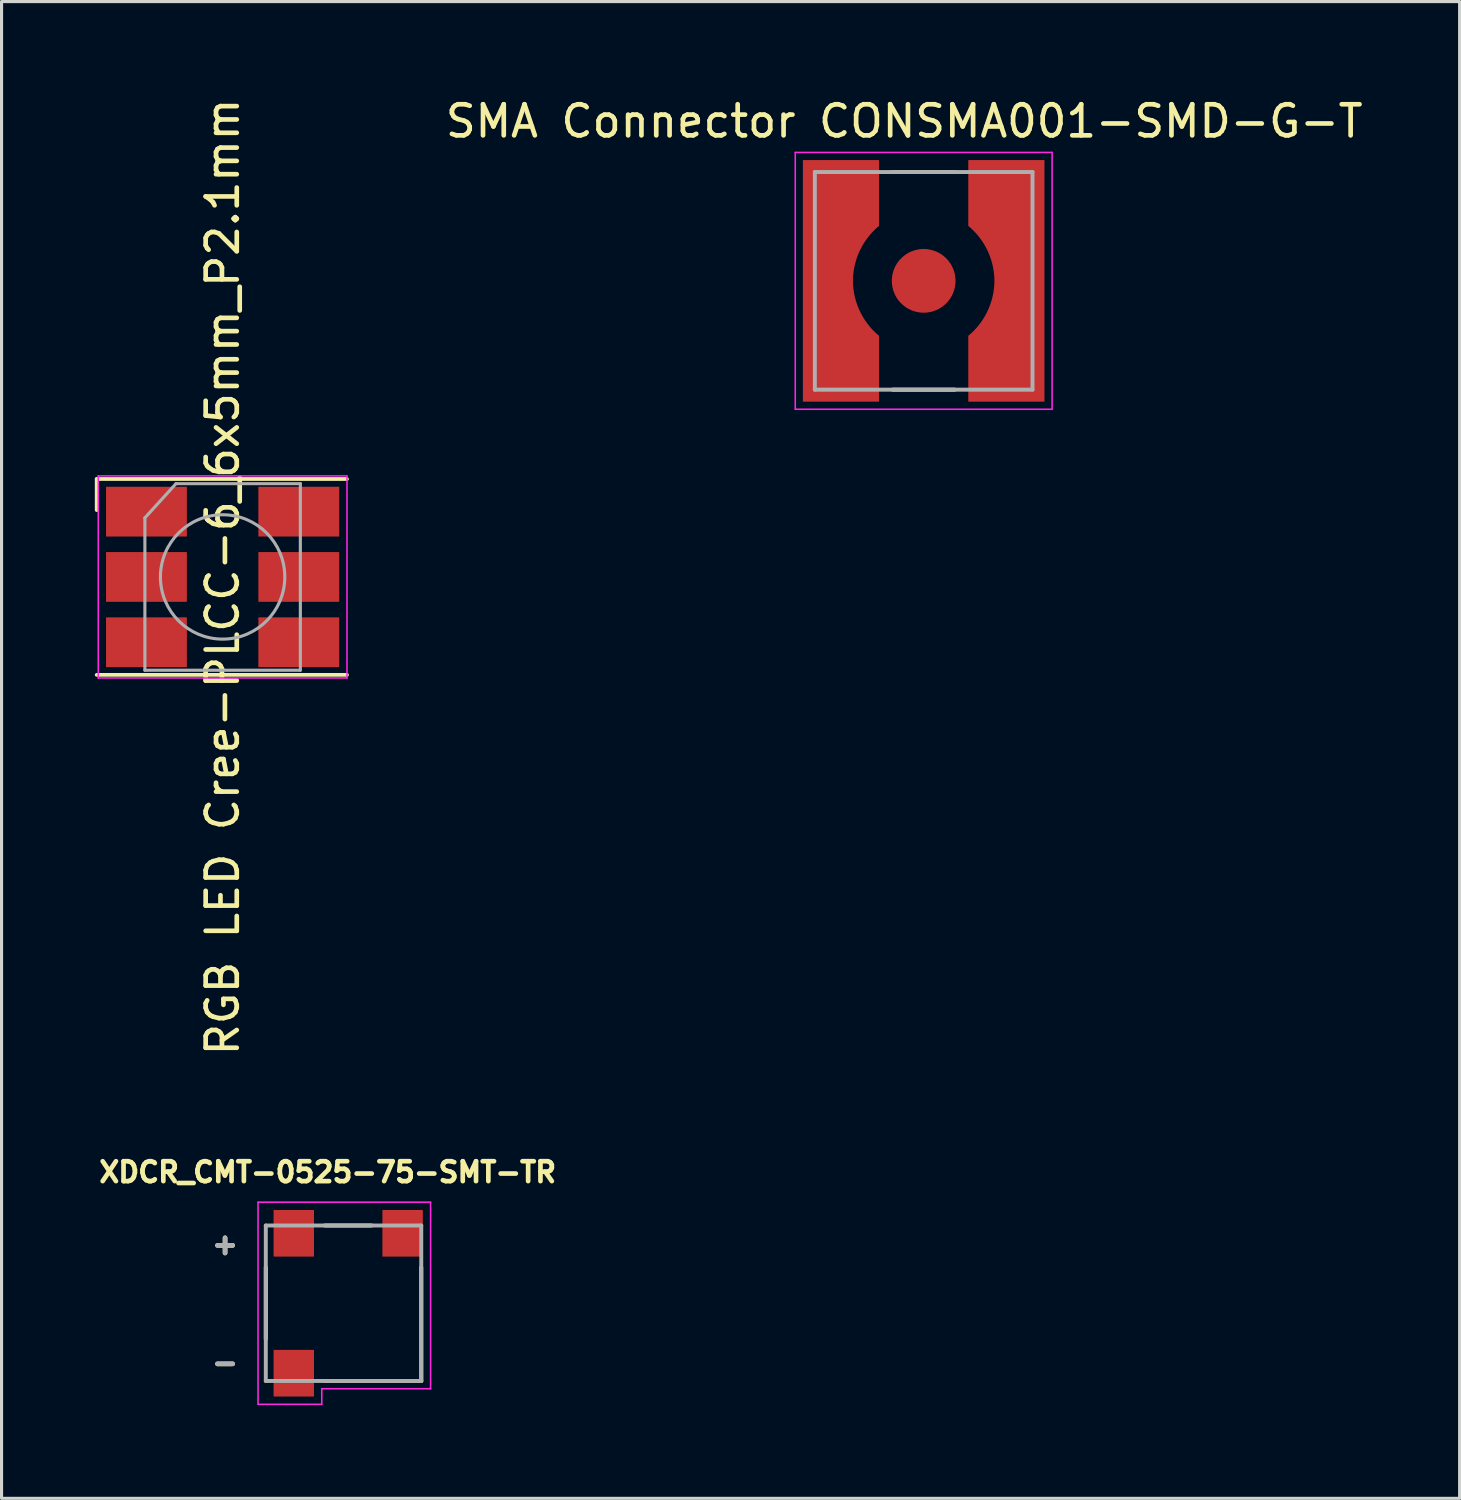
<source format=kicad_pcb>
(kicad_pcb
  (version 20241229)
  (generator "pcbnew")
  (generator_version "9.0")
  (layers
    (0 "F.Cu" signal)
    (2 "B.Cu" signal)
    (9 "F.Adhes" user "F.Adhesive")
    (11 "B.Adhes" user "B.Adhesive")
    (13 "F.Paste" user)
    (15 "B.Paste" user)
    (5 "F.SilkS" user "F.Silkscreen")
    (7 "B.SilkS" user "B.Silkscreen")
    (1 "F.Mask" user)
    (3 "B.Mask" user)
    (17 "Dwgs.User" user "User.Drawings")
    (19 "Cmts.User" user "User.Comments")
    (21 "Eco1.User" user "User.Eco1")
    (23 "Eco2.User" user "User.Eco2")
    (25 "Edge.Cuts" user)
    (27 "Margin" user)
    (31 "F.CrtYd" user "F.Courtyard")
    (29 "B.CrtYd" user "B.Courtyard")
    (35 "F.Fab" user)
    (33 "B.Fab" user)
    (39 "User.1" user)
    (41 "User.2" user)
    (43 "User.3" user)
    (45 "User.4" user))
  (footprint "XDCR_CMT-0525-75-SMT-TR"
    (layer "F.Cu")
    (at 7.999 38.866)
    (property "Reference" "XDCR_CMT-0525-75-SMT-TR" (at -0.508 -4.216 0) (layer "F.SilkS") (effects (font (size 0.64 0.64) (thickness 0.15))))
    (attr smd)
    (fp_line (start -2.5 -1.15) (end -2.5 1.15) (stroke (width 0.127) (type solid)) (layer "F.SilkS"))
    (fp_line (start -0.6 -2.5) (end 0.9 -2.5) (stroke (width 0.127) (type solid)) (layer "F.SilkS"))
    (fp_line (start -0.6 2.5) (end 2.5 2.5) (stroke (width 0.127) (type solid)) (layer "F.SilkS"))
    (fp_line (start 2.5 2.5) (end 2.5 -1.15) (stroke (width 0.127) (type solid)) (layer "F.SilkS"))
    (fp_line (start -2.75 -3.25) (end -2.75 3.25) (stroke (width 0.05) (type solid)) (layer "F.CrtYd"))
    (fp_line (start -2.75 3.25) (end -0.7 3.25) (stroke (width 0.05) (type solid)) (layer "F.CrtYd"))
    (fp_line (start -0.7 2.75) (end 2.8 2.75) (stroke (width 0.05) (type solid)) (layer "F.CrtYd"))
    (fp_line (start -0.7 3.25) (end -0.7 2.75) (stroke (width 0.05) (type solid)) (layer "F.CrtYd"))
    (fp_line (start 2.8 -3.25) (end -2.75 -3.25) (stroke (width 0.05) (type solid)) (layer "F.CrtYd"))
    (fp_line (start 2.8 2.75) (end 2.8 -3.25) (stroke (width 0.05) (type solid)) (layer "F.CrtYd"))
    (fp_line (start -2.5 -2.5) (end -2.5 2.5) (stroke (width 0.127) (type solid)) (layer "F.Fab"))
    (fp_line (start -2.5 2.5) (end 2.5 2.5) (stroke (width 0.127) (type solid)) (layer "F.Fab"))
    (fp_line (start 2.5 -2.5) (end -2.5 -2.5) (stroke (width 0.127) (type solid)) (layer "F.Fab"))
    (fp_line (start 2.5 2.5) (end 2.5 -2.5) (stroke (width 0.127) (type solid)) (layer "F.Fab"))
    (fp_text user "-" (at -3.81 1.905 0) (layer "F.SilkS") (effects (font (size 0.64 0.64) (thickness 0.15))))
    (fp_text user "+" (at -3.81 -1.905 0) (layer "F.SilkS") (effects (font (size 0.64 0.64) (thickness 0.15))))
    (fp_text user "-" (at -3.81 1.905 0) (layer "F.Fab") (effects (font (size 0.64 0.64) (thickness 0.15))))
    (fp_text user "+" (at -3.81 -1.905 0) (layer "F.Fab") (effects (font (size 0.64 0.64) (thickness 0.15))))
    (pad "1" smd rect (at 1.9 -2.25) (size 1.3 1.5) (layers "F.Cu" "F.Mask" "F.Paste"))
    (pad "N" smd rect (at -1.6 2.25) (size 1.3 1.5) (layers "F.Cu" "F.Mask" "F.Paste"))
    (pad "P" smd rect (at -1.6 -2.25) (size 1.3 1.5) (layers "F.Cu" "F.Mask" "F.Paste")))
  (footprint "SMA Connector CONSMA001-SMD-G-T"
    (layer "F.Cu")
    (at 26.658 5.983)
    (property "Reference" "SMA Connector CONSMA001-SMD-G-T" (at -0.625 -5.135 0) (layer "F.SilkS") (effects (font (size 1 1) (thickness 0.15))))
    (attr smd)
    (fp_poly (pts (xy -1.34 -3.98) (xy -3.98 -3.98) (xy -3.98 3.98) (xy -1.34 3.98) (xy -1.34 1.72) (xy -1.381 1.687) (xy -1.43 1.645) (xy -1.478 1.602) (xy -1.524 1.557) (xy -1.569 1.511) (xy -1.613 1.464) (xy -1.655 1.416) (xy -1.696 1.366) (xy -1.736 1.315) (xy -1.774 1.263) (xy -1.81 1.21) (xy -1.845 1.156) (xy -1.878 1.101) (xy -1.91 1.045) (xy -1.94 0.988) (xy -1.968 0.931) (xy -1.995 0.872) (xy -2.02 0.813) (xy -2.043 0.753) (xy -2.065 0.692) (xy -2.084 0.631) (xy -2.102 0.569) (xy -2.118 0.507) (xy -2.133 0.444) (xy -2.145 0.381) (xy -2.156 0.318) (xy -2.164 0.254) (xy -2.171 0.19) (xy -2.176 0.126) (xy -2.18 0.05) (xy -2.179 -0.028) (xy -2.176 -0.097) (xy -2.171 -0.166) (xy -2.164 -0.235) (xy -2.155 -0.303) (xy -2.144 -0.371) (xy -2.131 -0.439) (xy -2.116 -0.506) (xy -2.099 -0.573) (xy -2.08 -0.639) (xy -2.06 -0.705) (xy -2.037 -0.77) (xy -2.012 -0.835) (xy -1.986 -0.899) (xy -1.958 -0.962) (xy -1.928 -1.024) (xy -1.896 -1.085) (xy -1.862 -1.145) (xy -1.827 -1.204) (xy -1.79 -1.262) (xy -1.751 -1.32) (xy -1.711 -1.375) (xy -1.669 -1.43) (xy -1.625 -1.484) (xy -1.58 -1.536) (xy -1.533 -1.587) (xy -1.485 -1.636) (xy -1.436 -1.684) (xy -1.385 -1.731) (xy -1.34 -1.77) (xy -1.34 -3.98)) (stroke (width 0.01) (type solid)) (fill yes) (layer "F.Mask"))
    (fp_poly (pts (xy 1.34 -3.98) (xy 3.98 -3.98) (xy 3.98 3.98) (xy 1.34 3.98) (xy 1.34 1.72) (xy 1.391 1.677) (xy 1.441 1.633) (xy 1.489 1.588) (xy 1.536 1.542) (xy 1.581 1.494) (xy 1.625 1.445) (xy 1.667 1.395) (xy 1.708 1.343) (xy 1.748 1.29) (xy 1.786 1.237) (xy 1.822 1.182) (xy 1.857 1.126) (xy 1.89 1.069) (xy 1.921 1.011) (xy 1.951 0.952) (xy 1.979 0.892) (xy 2.005 0.832) (xy 2.03 0.771) (xy 2.053 0.709) (xy 2.074 0.647) (xy 2.093 0.584) (xy 2.11 0.52) (xy 2.125 0.456) (xy 2.139 0.391) (xy 2.15 0.327) (xy 2.16 0.261) (xy 2.168 0.196) (xy 2.174 0.13) (xy 2.178 0.065) (xy 2.18 0) (xy 2.179 -0.052) (xy 2.176 -0.119) (xy 2.171 -0.186) (xy 2.164 -0.253) (xy 2.156 -0.32) (xy 2.145 -0.387) (xy 2.132 -0.453) (xy 2.118 -0.519) (xy 2.101 -0.584) (xy 2.083 -0.649) (xy 2.062 -0.713) (xy 2.04 -0.777) (xy 2.016 -0.84) (xy 1.99 -0.902) (xy 1.963 -0.964) (xy 1.933 -1.025) (xy 1.902 -1.084) (xy 1.87 -1.143) (xy 1.835 -1.201) (xy 1.799 -1.258) (xy 1.761 -1.314) (xy 1.721 -1.368) (xy 1.68 -1.422) (xy 1.638 -1.474) (xy 1.594 -1.525) (xy 1.548 -1.575) (xy 1.501 -1.623) (xy 1.453 -1.67) (xy 1.403 -1.716) (xy 1.34 -1.77) (xy 1.34 -3.98)) (stroke (width 0.01) (type solid)) (fill yes) (layer "F.Mask"))
    (fp_line (start -1 -3.5) (end 1 -3.5) (stroke (width 0.127) (type solid)) (layer "F.SilkS"))
    (fp_line (start -1 3.5) (end 1 3.5) (stroke (width 0.127) (type solid)) (layer "F.SilkS"))
    (fp_poly (pts (xy -1.44 -3.88) (xy -3.88 -3.88) (xy -3.88 3.88) (xy -1.44 3.88) (xy -1.44 1.77) (xy -1.503 1.716) (xy -1.553 1.67) (xy -1.601 1.623) (xy -1.648 1.575) (xy -1.694 1.525) (xy -1.738 1.474) (xy -1.78 1.422) (xy -1.821 1.368) (xy -1.861 1.314) (xy -1.899 1.258) (xy -1.935 1.201) (xy -1.97 1.143) (xy -2.002 1.084) (xy -2.033 1.025) (xy -2.063 0.964) (xy -2.09 0.902) (xy -2.116 0.84) (xy -2.14 0.777) (xy -2.162 0.713) (xy -2.183 0.649) (xy -2.201 0.584) (xy -2.218 0.519) (xy -2.232 0.453) (xy -2.245 0.387) (xy -2.256 0.32) (xy -2.264 0.253) (xy -2.271 0.186) (xy -2.276 0.119) (xy -2.279 0.052) (xy -2.28 0) (xy -2.279 -0.052) (xy -2.276 -0.119) (xy -2.271 -0.186) (xy -2.264 -0.253) (xy -2.256 -0.32) (xy -2.245 -0.387) (xy -2.232 -0.453) (xy -2.218 -0.519) (xy -2.201 -0.584) (xy -2.183 -0.649) (xy -2.162 -0.713) (xy -2.14 -0.777) (xy -2.116 -0.84) (xy -2.09 -0.902) (xy -2.063 -0.964) (xy -2.033 -1.025) (xy -2.002 -1.084) (xy -1.97 -1.143) (xy -1.935 -1.201) (xy -1.899 -1.258) (xy -1.861 -1.314) (xy -1.821 -1.368) (xy -1.78 -1.422) (xy -1.738 -1.474) (xy -1.694 -1.525) (xy -1.648 -1.575) (xy -1.601 -1.623) (xy -1.553 -1.67) (xy -1.503 -1.716) (xy -1.44 -1.77) (xy -1.44 -3.88)) (stroke (width 0.01) (type solid)) (fill yes) (layer "F.Paste"))
    (fp_poly (pts (xy 1.44 -3.88) (xy 3.88 -3.88) (xy 3.88 3.88) (xy 1.44 3.88) (xy 1.44 1.77) (xy 1.503 1.716) (xy 1.553 1.67) (xy 1.601 1.623) (xy 1.648 1.575) (xy 1.694 1.525) (xy 1.738 1.474) (xy 1.78 1.422) (xy 1.821 1.368) (xy 1.861 1.314) (xy 1.899 1.258) (xy 1.935 1.201) (xy 1.97 1.143) (xy 2.002 1.084) (xy 2.033 1.025) (xy 2.063 0.964) (xy 2.09 0.902) (xy 2.116 0.84) (xy 2.14 0.777) (xy 2.162 0.713) (xy 2.183 0.649) (xy 2.201 0.584) (xy 2.218 0.519) (xy 2.232 0.453) (xy 2.245 0.387) (xy 2.256 0.32) (xy 2.264 0.253) (xy 2.271 0.186) (xy 2.276 0.119) (xy 2.279 0.052) (xy 2.28 0) (xy 2.279 -0.052) (xy 2.276 -0.119) (xy 2.271 -0.186) (xy 2.264 -0.253) (xy 2.256 -0.32) (xy 2.245 -0.387) (xy 2.232 -0.453) (xy 2.218 -0.519) (xy 2.201 -0.584) (xy 2.183 -0.649) (xy 2.162 -0.713) (xy 2.14 -0.777) (xy 2.116 -0.84) (xy 2.09 -0.902) (xy 2.063 -0.964) (xy 2.033 -1.025) (xy 2.002 -1.084) (xy 1.97 -1.143) (xy 1.935 -1.201) (xy 1.899 -1.258) (xy 1.861 -1.314) (xy 1.821 -1.368) (xy 1.78 -1.422) (xy 1.738 -1.474) (xy 1.694 -1.525) (xy 1.648 -1.575) (xy 1.601 -1.623) (xy 1.553 -1.67) (xy 1.503 -1.716) (xy 1.44 -1.77) (xy 1.44 -3.88)) (stroke (width 0.01) (type solid)) (fill yes) (layer "F.Paste"))
    (fp_line (start -4.13 -4.13) (end 4.13 -4.13) (stroke (width 0.05) (type solid)) (layer "F.CrtYd"))
    (fp_line (start -4.13 4.13) (end -4.13 -4.13) (stroke (width 0.05) (type solid)) (layer "F.CrtYd"))
    (fp_line (start 4.13 -4.13) (end 4.13 4.13) (stroke (width 0.05) (type solid)) (layer "F.CrtYd"))
    (fp_line (start 4.13 4.13) (end -4.13 4.13) (stroke (width 0.05) (type solid)) (layer "F.CrtYd"))
    (fp_line (start -3.5 -3.5) (end 3.5 -3.5) (stroke (width 0.127) (type solid)) (layer "F.Fab"))
    (fp_line (start -3.5 3.5) (end -3.5 -3.5) (stroke (width 0.127) (type solid)) (layer "F.Fab"))
    (fp_line (start 3.5 -3.5) (end 3.5 3.5) (stroke (width 0.127) (type solid)) (layer "F.Fab"))
    (fp_line (start 3.5 3.5) (end -3.5 3.5) (stroke (width 0.127) (type solid)) (layer "F.Fab"))
    (pad "1" smd circle (at 0 0) (size 2.05 2.05) (layers "F.Cu" "F.Mask" "F.Paste"))
    (pad "S1" smd custom (at -3.1 0) (size 1 1) (layers "F.Cu") (options (anchor rect)) (primitives (gr_poly (pts (xy 1.66 -3.88) (xy -0.78 -3.88) (xy -0.78 3.88) (xy 1.66 3.88) (xy 1.66 1.77) (xy 1.597 1.716) (xy 1.547 1.67) (xy 1.499 1.623) (xy 1.452 1.575) (xy 1.406 1.525) (xy 1.362 1.474) (xy 1.32 1.422) (xy 1.279 1.368) (xy 1.239 1.314) (xy 1.201 1.258) (xy 1.165 1.201) (xy 1.13 1.143) (xy 1.098 1.084) (xy 1.067 1.025) (xy 1.037 0.964) (xy 1.01 0.902) (xy 0.984 0.84) (xy 0.96 0.777) (xy 0.938 0.713) (xy 0.917 0.649) (xy 0.899 0.584) (xy 0.882 0.519) (xy 0.868 0.453) (xy 0.855 0.387) (xy 0.844 0.32) (xy 0.836 0.253) (xy 0.829 0.186) (xy 0.824 0.119) (xy 0.821 0.052) (xy 0.82 0) (xy 0.821 -0.052) (xy 0.824 -0.119) (xy 0.829 -0.186) (xy 0.836 -0.253) (xy 0.844 -0.32) (xy 0.855 -0.387) (xy 0.868 -0.453) (xy 0.882 -0.519) (xy 0.899 -0.584) (xy 0.917 -0.649) (xy 0.938 -0.713) (xy 0.96 -0.777) (xy 0.984 -0.84) (xy 1.01 -0.902) (xy 1.037 -0.964) (xy 1.067 -1.025) (xy 1.098 -1.084) (xy 1.13 -1.143) (xy 1.165 -1.201) (xy 1.201 -1.258) (xy 1.239 -1.314) (xy 1.279 -1.368) (xy 1.32 -1.422) (xy 1.362 -1.474) (xy 1.406 -1.525) (xy 1.452 -1.575) (xy 1.499 -1.623) (xy 1.547 -1.67) (xy 1.597 -1.716) (xy 1.66 -1.77) (xy 1.66 -3.88)) (width 0.01) (fill yes))))
    (pad "S2" smd custom (at 3.1 0) (size 1 1) (layers "F.Cu") (options (anchor rect)) (primitives (gr_poly (pts (xy -1.66 -3.88) (xy 0.78 -3.88) (xy 0.78 3.88) (xy -1.66 3.88) (xy -1.66 1.77) (xy -1.597 1.716) (xy -1.547 1.67) (xy -1.499 1.623) (xy -1.452 1.575) (xy -1.406 1.525) (xy -1.362 1.474) (xy -1.32 1.422) (xy -1.279 1.368) (xy -1.239 1.314) (xy -1.201 1.258) (xy -1.165 1.201) (xy -1.13 1.143) (xy -1.098 1.084) (xy -1.067 1.025) (xy -1.037 0.964) (xy -1.01 0.902) (xy -0.984 0.84) (xy -0.96 0.777) (xy -0.938 0.713) (xy -0.917 0.649) (xy -0.899 0.584) (xy -0.882 0.519) (xy -0.868 0.453) (xy -0.855 0.387) (xy -0.844 0.32) (xy -0.836 0.253) (xy -0.829 0.186) (xy -0.824 0.119) (xy -0.821 0.052) (xy -0.82 0) (xy -0.821 -0.052) (xy -0.824 -0.119) (xy -0.829 -0.186) (xy -0.836 -0.253) (xy -0.844 -0.32) (xy -0.855 -0.387) (xy -0.868 -0.453) (xy -0.882 -0.519) (xy -0.899 -0.584) (xy -0.917 -0.649) (xy -0.938 -0.713) (xy -0.96 -0.777) (xy -0.984 -0.84) (xy -1.01 -0.902) (xy -1.037 -0.964) (xy -1.067 -1.025) (xy -1.098 -1.084) (xy -1.13 -1.143) (xy -1.165 -1.201) (xy -1.201 -1.258) (xy -1.239 -1.314) (xy -1.279 -1.368) (xy -1.32 -1.422) (xy -1.362 -1.474) (xy -1.406 -1.525) (xy -1.452 -1.575) (xy -1.499 -1.623) (xy -1.547 -1.67) (xy -1.597 -1.716) (xy -1.66 -1.77) (xy -1.66 -2.35) (xy -1.66 -3.88)) (width 0.01) (fill yes)))))
  (footprint "RGB LED Cree-PLCC-6_6x5mm_P2.1mm"
    (layer "F.Cu")
    (at 4.11 15.506)
    (property "Reference" "RGB LED Cree-PLCC-6_6x5mm_P2.1mm" (at 0 0 90) (layer "F.SilkS") (effects (font (size 1 1) (thickness 0.15))))
    (attr smd)
    (fp_line (start -4.05 -3.15) (end 4 -3.15) (stroke (width 0.12) (type solid)) (layer "F.SilkS"))
    (fp_line (start -4.05 -2.15) (end -4.05 -3.15) (stroke (width 0.12) (type solid)) (layer "F.SilkS"))
    (fp_line (start -4.05 3.15) (end 4 3.15) (stroke (width 0.12) (type solid)) (layer "F.SilkS"))
    (fp_line (start -4 -3.25) (end -4 3.25) (stroke (width 0.05) (type solid)) (layer "F.CrtYd"))
    (fp_line (start -4 3.25) (end 4 3.25) (stroke (width 0.05) (type solid)) (layer "F.CrtYd"))
    (fp_line (start 4 -3.25) (end -4 -3.25) (stroke (width 0.05) (type solid)) (layer "F.CrtYd"))
    (fp_line (start 4 3.25) (end 4 -3.25) (stroke (width 0.05) (type solid)) (layer "F.CrtYd"))
    (fp_line (start -2.5 -1.9) (end -1.5 -3) (stroke (width 0.1) (type solid)) (layer "F.Fab"))
    (fp_line (start -2.5 3) (end -2.5 -1.9) (stroke (width 0.1) (type solid)) (layer "F.Fab"))
    (fp_line (start -1.5 -3) (end 2.5 -3) (stroke (width 0.1) (type solid)) (layer "F.Fab"))
    (fp_line (start 2.5 -3) (end 2.5 3) (stroke (width 0.1) (type solid)) (layer "F.Fab"))
    (fp_line (start 2.5 3) (end -2.5 3) (stroke (width 0.1) (type solid)) (layer "F.Fab"))
    (fp_circle (center 0 0) (end 0 -2) (stroke (width 0.1) (type solid)) (fill no) (layer "F.Fab"))
    (pad "1" smd rect (at -2.45 -2.1) (size 2.6 1.6) (layers "F.Cu" "F.Mask" "F.Paste"))
    (pad "2" smd rect (at -2.45 0) (size 2.6 1.6) (layers "F.Cu" "F.Mask" "F.Paste"))
    (pad "3" smd rect (at -2.45 2.1) (size 2.6 1.6) (layers "F.Cu" "F.Mask" "F.Paste"))
    (pad "4" smd rect (at 2.45 2.1) (size 2.6 1.6) (layers "F.Cu" "F.Mask" "F.Paste"))
    (pad "5" smd rect (at 2.45 0) (size 2.6 1.6) (layers "F.Cu" "F.Mask" "F.Paste"))
    (pad "6" smd rect (at 2.45 -2.1) (size 2.6 1.6) (layers "F.Cu" "F.Mask" "F.Paste")))
  (gr_rect
    (start -3 -3)
    (end 43.896 45.141)
    (stroke (width 0.1) (type default))
    (fill no)
    (layer "Edge.Cuts")))
</source>
